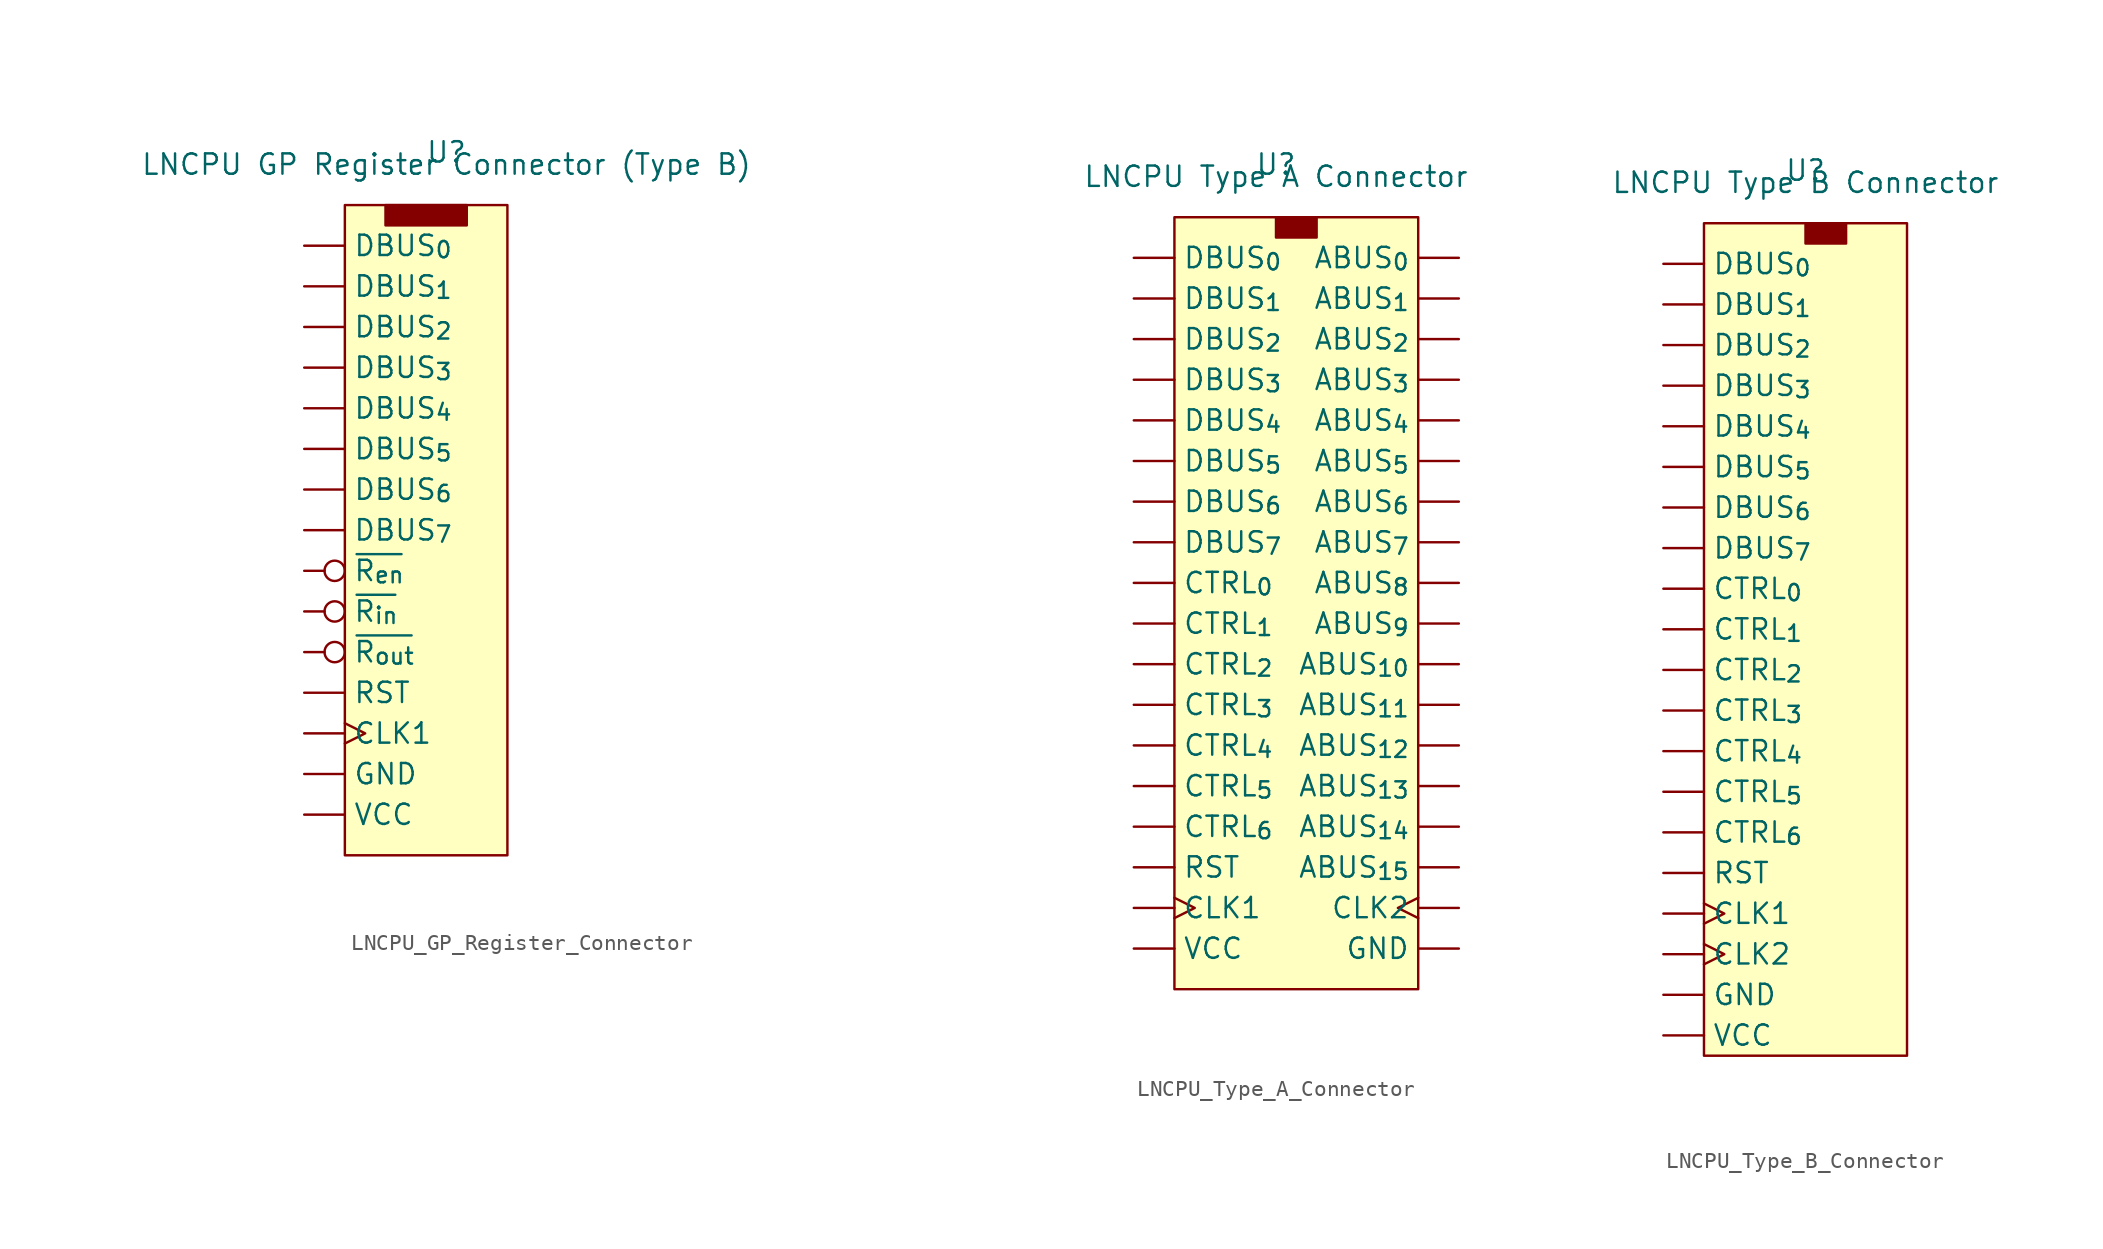
<source format=kicad_sym>
(kicad_symbol_lib
  (version 20241209)
  (generator "kicad_symbol_editor")
  (generator_version "9.0")
  (symbol "LNCPU_GP_Register_Connector"
    (pin_numbers
      (hide yes))
    (property "Reference" "U"
      (at 6.35 3.302 0)
      (effects (font (size 1.27 1.27))))
    (property "Value" "LNCPU GP Register Connector (Type B)"
      (at 6.35 2.54 0)
      (effects (font (size 1.27 1.27))))
    (symbol "LNCPU_GP_Register_Connector_0_1"
      (rectangle (start 0 0) (end 10.16 -40.64) (stroke (width 0) (type default)) (fill (type background)))
      (rectangle (start 2.54 0) (end 7.62 -1.27) (stroke (width 0) (type default)) (fill (type outline))))
    (symbol "LNCPU_GP_Register_Connector_1_1"
      (pin passive line (at -2.54 -2.54 0) (length 2.54) (name "DBUS_{0}" (effects (font (size 1.27 1.27)))) (number "4" (effects (font (size 1.27 1.27)))))
      (pin passive line (at -2.54 -5.08 0) (length 2.54) (name "DBUS_{1}" (effects (font (size 1.27 1.27)))) (number "6" (effects (font (size 1.27 1.27)))))
      (pin passive line (at -2.54 -7.62 0) (length 2.54) (name "DBUS_{2}" (effects (font (size 1.27 1.27)))) (number "8" (effects (font (size 1.27 1.27)))))
      (pin passive line (at -2.54 -10.16 0) (length 2.54) (name "DBUS_{3}" (effects (font (size 1.27 1.27)))) (number "10" (effects (font (size 1.27 1.27)))))
      (pin passive line (at -2.54 -12.7 0) (length 2.54) (name "DBUS_{4}" (effects (font (size 1.27 1.27)))) (number "12" (effects (font (size 1.27 1.27)))))
      (pin passive line (at -2.54 -15.24 0) (length 2.54) (name "DBUS_{5}" (effects (font (size 1.27 1.27)))) (number "14" (effects (font (size 1.27 1.27)))))
      (pin passive line (at -2.54 -17.78 0) (length 2.54) (name "DBUS_{6}" (effects (font (size 1.27 1.27)))) (number "16" (effects (font (size 1.27 1.27)))))
      (pin passive line (at -2.54 -20.32 0) (length 2.54) (name "DBUS_{7}" (effects (font (size 1.27 1.27)))) (number "18" (effects (font (size 1.27 1.27)))))
      (pin passive inverted (at -2.54 -22.86 0) (length 2.54) (name "~{R_{en}}" (effects (font (size 1.27 1.27)))) (number "3" (effects (font (size 1.27 1.27)))))
      (pin passive inverted (at -2.54 -25.4 0) (length 2.54) (name "~{R_{in}}" (effects (font (size 1.27 1.27)))) (number "5" (effects (font (size 1.27 1.27)))))
      (pin passive inverted (at -2.54 -27.94 0) (length 2.54) (name "~{R_{out}}" (effects (font (size 1.27 1.27)))) (number "7" (effects (font (size 1.27 1.27)))))
      (pin passive line (at -2.54 -30.48 0) (length 2.54) (name "RST" (effects (font (size 1.27 1.27)))) (number "19" (effects (font (size 1.27 1.27)))))
      (pin passive clock (at -2.54 -33.02 0) (length 2.54) (name "CLK1" (effects (font (size 1.27 1.27)))) (number "21" (effects (font (size 1.27 1.27)))))
      (pin passive line (at -2.54 -35.56 0) (length 2.54) (name "GND" (effects (font (size 1.27 1.27)))) (number "1" (effects (font (size 1.27 1.27)))))
      (pin passive line (at -2.54 -35.56 0) (length 2.54) (hide yes) (name "GND" (effects (font (size 1.27 1.27)))) (number "17" (effects (font (size 1.27 1.27)))))
      (pin passive line (at -2.54 -35.56 0) (length 2.54) (hide yes) (name "GND" (effects (font (size 1.27 1.27)))) (number "20" (effects (font (size 1.27 1.27)))))
      (pin passive line (at -2.54 -35.56 0) (length 2.54) (hide yes) (name "GND" (effects (font (size 1.27 1.27)))) (number "22" (effects (font (size 1.27 1.27)))))
      (pin passive line (at -2.54 -38.1 0) (length 2.54) (name "VCC" (effects (font (size 1.27 1.27)))) (number "2" (effects (font (size 1.27 1.27)))))
      (pin passive line (at -2.54 -38.1 0) (length 2.54) (hide yes) (name "VCC" (effects (font (size 1.27 1.27)))) (number "24" (effects (font (size 1.27 1.27)))))
      (pin passive line (at 31.75 -27.94 0) (length 2.54) (hide yes) (name "CTRL_{3}" (effects (font (size 1.27 1.27)))) (number "9" (effects (font (size 1.27 1.27)))))
      (pin passive line (at 31.75 -30.48 0) (length 2.54) (hide yes) (name "CTRL_{4}" (effects (font (size 1.27 1.27)))) (number "11" (effects (font (size 1.27 1.27)))))
      (pin passive line (at 31.75 -33.02 0) (length 2.54) (hide yes) (name "CTRL_{5}" (effects (font (size 1.27 1.27)))) (number "13" (effects (font (size 1.27 1.27)))))
      (pin passive line (at 31.75 -35.56 0) (length 2.54) (hide yes) (name "CTRL_{6}" (effects (font (size 1.27 1.27)))) (number "15" (effects (font (size 1.27 1.27)))))
      (pin passive clock (at 31.75 -38.1 0) (length 2.54) (hide yes) (name "CLK2" (effects (font (size 1.27 1.27)))) (number "23" (effects (font (size 1.27 1.27)))))))
  (symbol "LNCPU_Type_A_Connector"
    (pin_numbers
      (hide yes))
    (property "Reference" "U"
      (at 6.35 3.302 0)
      (effects (font (size 1.27 1.27))))
    (property "Value" "LNCPU Type A Connector"
      (at 6.35 2.54 0)
      (effects (font (size 1.27 1.27))))
    (symbol "LNCPU_Type_A_Connector_0_1"
      (rectangle (start 0 0) (end 15.24 -48.26) (stroke (width 0) (type default)) (fill (type background)))
      (rectangle (start 6.35 0) (end 8.89 -1.27) (stroke (width 0) (type default)) (fill (type outline))))
    (symbol "LNCPU_Type_A_Connector_1_1"
      (pin passive line (at -2.54 -2.54 0) (length 2.54) (name "DBUS_{0}" (effects (font (size 1.27 1.27)))) (number "19" (effects (font (size 1.27 1.27)))))
      (pin passive line (at -2.54 -5.08 0) (length 2.54) (name "DBUS_{1}" (effects (font (size 1.27 1.27)))) (number "21" (effects (font (size 1.27 1.27)))))
      (pin passive line (at -2.54 -7.62 0) (length 2.54) (name "DBUS_{2}" (effects (font (size 1.27 1.27)))) (number "23" (effects (font (size 1.27 1.27)))))
      (pin passive line (at -2.54 -10.16 0) (length 2.54) (name "DBUS_{3}" (effects (font (size 1.27 1.27)))) (number "25" (effects (font (size 1.27 1.27)))))
      (pin passive line (at -2.54 -12.7 0) (length 2.54) (name "DBUS_{4}" (effects (font (size 1.27 1.27)))) (number "27" (effects (font (size 1.27 1.27)))))
      (pin passive line (at -2.54 -15.24 0) (length 2.54) (name "DBUS_{5}" (effects (font (size 1.27 1.27)))) (number "29" (effects (font (size 1.27 1.27)))))
      (pin passive line (at -2.54 -17.78 0) (length 2.54) (name "DBUS_{6}" (effects (font (size 1.27 1.27)))) (number "31" (effects (font (size 1.27 1.27)))))
      (pin passive line (at -2.54 -20.32 0) (length 2.54) (name "DBUS_{7}" (effects (font (size 1.27 1.27)))) (number "33" (effects (font (size 1.27 1.27)))))
      (pin passive line (at -2.54 -22.86 0) (length 2.54) (name "CTRL_{0}" (effects (font (size 1.27 1.27)))) (number "3" (effects (font (size 1.27 1.27)))))
      (pin passive line (at -2.54 -25.4 0) (length 2.54) (name "CTRL_{1}" (effects (font (size 1.27 1.27)))) (number "5" (effects (font (size 1.27 1.27)))))
      (pin passive line (at -2.54 -27.94 0) (length 2.54) (name "CTRL_{2}" (effects (font (size 1.27 1.27)))) (number "7" (effects (font (size 1.27 1.27)))))
      (pin passive line (at -2.54 -30.48 0) (length 2.54) (name "CTRL_{3}" (effects (font (size 1.27 1.27)))) (number "9" (effects (font (size 1.27 1.27)))))
      (pin passive line (at -2.54 -33.02 0) (length 2.54) (name "CTRL_{4}" (effects (font (size 1.27 1.27)))) (number "11" (effects (font (size 1.27 1.27)))))
      (pin passive line (at -2.54 -35.56 0) (length 2.54) (name "CTRL_{5}" (effects (font (size 1.27 1.27)))) (number "13" (effects (font (size 1.27 1.27)))))
      (pin passive line (at -2.54 -38.1 0) (length 2.54) (name "CTRL_{6}" (effects (font (size 1.27 1.27)))) (number "15" (effects (font (size 1.27 1.27)))))
      (pin passive line (at -2.54 -40.64 0) (length 2.54) (name "RST" (effects (font (size 1.27 1.27)))) (number "17" (effects (font (size 1.27 1.27)))))
      (pin passive clock (at -2.54 -43.18 0) (length 2.54) (name "CLK1" (effects (font (size 1.27 1.27)))) (number "35" (effects (font (size 1.27 1.27)))))
      (pin passive line (at -2.54 -45.72 0) (length 2.54) (name "VCC" (effects (font (size 1.27 1.27)))) (number "2" (effects (font (size 1.27 1.27)))))
      (pin passive line (at -2.54 -45.72 0) (length 2.54) (hide yes) (name "VCC" (effects (font (size 1.27 1.27)))) (number "40" (effects (font (size 1.27 1.27)))))
      (pin passive line (at 17.78 -2.54 180) (length 2.54) (name "ABUS_{0}" (effects (font (size 1.27 1.27)))) (number "4" (effects (font (size 1.27 1.27)))))
      (pin passive line (at 17.78 -5.08 180) (length 2.54) (name "ABUS_{1}" (effects (font (size 1.27 1.27)))) (number "6" (effects (font (size 1.27 1.27)))))
      (pin passive line (at 17.78 -7.62 180) (length 2.54) (name "ABUS_{2}" (effects (font (size 1.27 1.27)))) (number "8" (effects (font (size 1.27 1.27)))))
      (pin passive line (at 17.78 -10.16 180) (length 2.54) (name "ABUS_{3}" (effects (font (size 1.27 1.27)))) (number "10" (effects (font (size 1.27 1.27)))))
      (pin passive line (at 17.78 -12.7 180) (length 2.54) (name "ABUS_{4}" (effects (font (size 1.27 1.27)))) (number "12" (effects (font (size 1.27 1.27)))))
      (pin passive line (at 17.78 -15.24 180) (length 2.54) (name "ABUS_{5}" (effects (font (size 1.27 1.27)))) (number "14" (effects (font (size 1.27 1.27)))))
      (pin passive line (at 17.78 -17.78 180) (length 2.54) (name "ABUS_{6}" (effects (font (size 1.27 1.27)))) (number "16" (effects (font (size 1.27 1.27)))))
      (pin passive line (at 17.78 -20.32 180) (length 2.54) (name "ABUS_{7}" (effects (font (size 1.27 1.27)))) (number "18" (effects (font (size 1.27 1.27)))))
      (pin passive line (at 17.78 -22.86 180) (length 2.54) (name "ABUS_{8}" (effects (font (size 1.27 1.27)))) (number "20" (effects (font (size 1.27 1.27)))))
      (pin passive line (at 17.78 -25.4 180) (length 2.54) (name "ABUS_{9}" (effects (font (size 1.27 1.27)))) (number "22" (effects (font (size 1.27 1.27)))))
      (pin passive line (at 17.78 -27.94 180) (length 2.54) (name "ABUS_{10}" (effects (font (size 1.27 1.27)))) (number "24" (effects (font (size 1.27 1.27)))))
      (pin passive line (at 17.78 -30.48 180) (length 2.54) (name "ABUS_{11}" (effects (font (size 1.27 1.27)))) (number "26" (effects (font (size 1.27 1.27)))))
      (pin passive line (at 17.78 -33.02 180) (length 2.54) (name "ABUS_{12}" (effects (font (size 1.27 1.27)))) (number "28" (effects (font (size 1.27 1.27)))))
      (pin passive line (at 17.78 -35.56 180) (length 2.54) (name "ABUS_{13}" (effects (font (size 1.27 1.27)))) (number "30" (effects (font (size 1.27 1.27)))))
      (pin passive line (at 17.78 -38.1 180) (length 2.54) (name "ABUS_{14}" (effects (font (size 1.27 1.27)))) (number "32" (effects (font (size 1.27 1.27)))))
      (pin passive line (at 17.78 -40.64 180) (length 2.54) (name "ABUS_{15}" (effects (font (size 1.27 1.27)))) (number "34" (effects (font (size 1.27 1.27)))))
      (pin passive clock (at 17.78 -43.18 180) (length 2.54) (name "CLK2" (effects (font (size 1.27 1.27)))) (number "36" (effects (font (size 1.27 1.27)))))
      (pin passive line (at 17.78 -45.72 180) (length 2.54) (name "GND" (effects (font (size 1.27 1.27)))) (number "1" (effects (font (size 1.27 1.27)))))
      (pin passive line (at 17.78 -45.72 180) (length 2.54) (hide yes) (name "GND" (effects (font (size 1.27 1.27)))) (number "37" (effects (font (size 1.27 1.27)))))
      (pin passive line (at 17.78 -45.72 180) (length 2.54) (hide yes) (name "GND" (effects (font (size 1.27 1.27)))) (number "38" (effects (font (size 1.27 1.27)))))
      (pin passive line (at 17.78 -45.72 180) (length 2.54) (hide yes) (name "GND" (effects (font (size 1.27 1.27)))) (number "39" (effects (font (size 1.27 1.27)))))))
  (symbol "LNCPU_Type_B_Connector"
    (pin_numbers
      (hide yes))
    (property "Reference" "U"
      (at 6.35 3.302 0)
      (effects (font (size 1.27 1.27))))
    (property "Value" "LNCPU Type B Connector"
      (at 6.35 2.54 0)
      (effects (font (size 1.27 1.27))))
    (symbol "LNCPU_Type_B_Connector_0_1"
      (rectangle (start 0 0) (end 12.7 -52.07) (stroke (width 0) (type default)) (fill (type background)))
      (rectangle (start 6.35 0) (end 8.89 -1.27) (stroke (width 0) (type default)) (fill (type outline))))
    (symbol "LNCPU_Type_B_Connector_1_1"
      (pin passive line (at -2.54 -2.54 0) (length 2.54) (name "DBUS_{0}" (effects (font (size 1.27 1.27)))) (number "4" (effects (font (size 1.27 1.27)))))
      (pin passive line (at -2.54 -5.08 0) (length 2.54) (name "DBUS_{1}" (effects (font (size 1.27 1.27)))) (number "6" (effects (font (size 1.27 1.27)))))
      (pin passive line (at -2.54 -7.62 0) (length 2.54) (name "DBUS_{2}" (effects (font (size 1.27 1.27)))) (number "8" (effects (font (size 1.27 1.27)))))
      (pin passive line (at -2.54 -10.16 0) (length 2.54) (name "DBUS_{3}" (effects (font (size 1.27 1.27)))) (number "10" (effects (font (size 1.27 1.27)))))
      (pin passive line (at -2.54 -12.7 0) (length 2.54) (name "DBUS_{4}" (effects (font (size 1.27 1.27)))) (number "12" (effects (font (size 1.27 1.27)))))
      (pin passive line (at -2.54 -15.24 0) (length 2.54) (name "DBUS_{5}" (effects (font (size 1.27 1.27)))) (number "14" (effects (font (size 1.27 1.27)))))
      (pin passive line (at -2.54 -17.78 0) (length 2.54) (name "DBUS_{6}" (effects (font (size 1.27 1.27)))) (number "16" (effects (font (size 1.27 1.27)))))
      (pin passive line (at -2.54 -20.32 0) (length 2.54) (name "DBUS_{7}" (effects (font (size 1.27 1.27)))) (number "18" (effects (font (size 1.27 1.27)))))
      (pin passive line (at -2.54 -22.86 0) (length 2.54) (name "CTRL_{0}" (effects (font (size 1.27 1.27)))) (number "3" (effects (font (size 1.27 1.27)))))
      (pin passive line (at -2.54 -25.4 0) (length 2.54) (name "CTRL_{1}" (effects (font (size 1.27 1.27)))) (number "5" (effects (font (size 1.27 1.27)))))
      (pin passive line (at -2.54 -27.94 0) (length 2.54) (name "CTRL_{2}" (effects (font (size 1.27 1.27)))) (number "7" (effects (font (size 1.27 1.27)))))
      (pin passive line (at -2.54 -30.48 0) (length 2.54) (name "CTRL_{3}" (effects (font (size 1.27 1.27)))) (number "9" (effects (font (size 1.27 1.27)))))
      (pin passive line (at -2.54 -33.02 0) (length 2.54) (name "CTRL_{4}" (effects (font (size 1.27 1.27)))) (number "11" (effects (font (size 1.27 1.27)))))
      (pin passive line (at -2.54 -35.56 0) (length 2.54) (name "CTRL_{5}" (effects (font (size 1.27 1.27)))) (number "13" (effects (font (size 1.27 1.27)))))
      (pin passive line (at -2.54 -38.1 0) (length 2.54) (name "CTRL_{6}" (effects (font (size 1.27 1.27)))) (number "15" (effects (font (size 1.27 1.27)))))
      (pin passive line (at -2.54 -40.64 0) (length 2.54) (name "RST" (effects (font (size 1.27 1.27)))) (number "19" (effects (font (size 1.27 1.27)))))
      (pin passive clock (at -2.54 -43.18 0) (length 2.54) (name "CLK1" (effects (font (size 1.27 1.27)))) (number "21" (effects (font (size 1.27 1.27)))))
      (pin passive clock (at -2.54 -45.72 0) (length 2.54) (name "CLK2" (effects (font (size 1.27 1.27)))) (number "23" (effects (font (size 1.27 1.27)))))
      (pin passive line (at -2.54 -48.26 0) (length 2.54) (name "GND" (effects (font (size 1.27 1.27)))) (number "1" (effects (font (size 1.27 1.27)))))
      (pin passive line (at -2.54 -48.26 0) (length 2.54) (hide yes) (name "GND" (effects (font (size 1.27 1.27)))) (number "17" (effects (font (size 1.27 1.27)))))
      (pin passive line (at -2.54 -48.26 0) (length 2.54) (hide yes) (name "GND" (effects (font (size 1.27 1.27)))) (number "20" (effects (font (size 1.27 1.27)))))
      (pin passive line (at -2.54 -48.26 0) (length 2.54) (hide yes) (name "GND" (effects (font (size 1.27 1.27)))) (number "22" (effects (font (size 1.27 1.27)))))
      (pin passive line (at -2.54 -50.8 0) (length 2.54) (name "VCC" (effects (font (size 1.27 1.27)))) (number "2" (effects (font (size 1.27 1.27)))))
      (pin passive line (at -2.54 -50.8 0) (length 2.54) (hide yes) (name "VCC" (effects (font (size 1.27 1.27)))) (number "24" (effects (font (size 1.27 1.27))))))))
</source>
